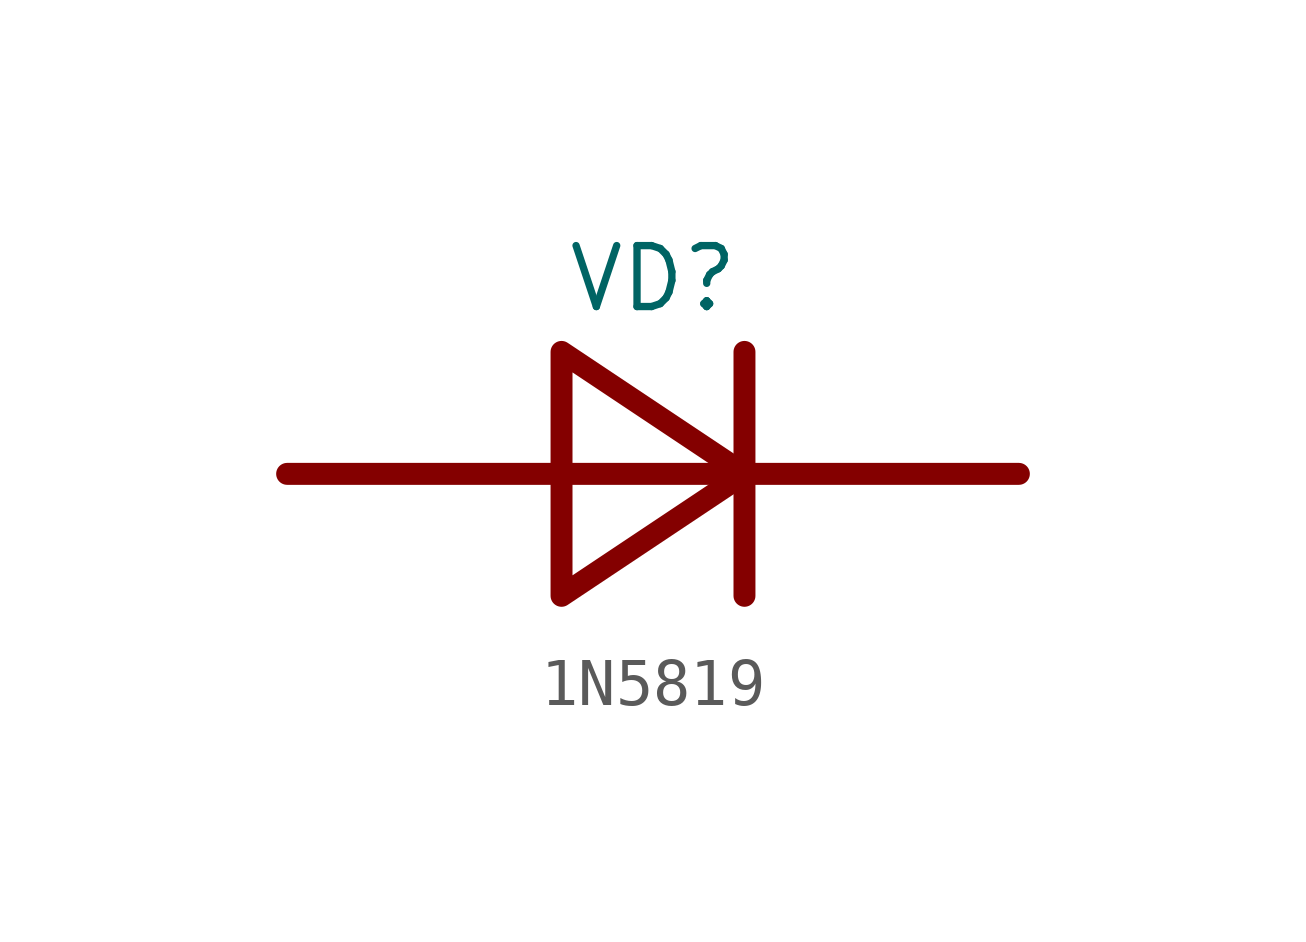
<source format=kicad_sym>
(kicad_symbol_lib
  (version 20241209)
  (generator "kicad_symbol_editor")
  (generator_version "9.0")
  (symbol "1N5819"
    (property "Reference" "VD"
      (at 0 4.064 0)
      (effects (font (size 1.27 1.27))))
    (property "Value" ""
      (at 0 0 0)
      (effects (font (size 1.27 1.27))))
    (symbol "1N5819_0_1"
      (polyline (pts (xy -7.62 0) (xy 7.62 0)) (stroke (width 0.457) (type solid)) (fill (type none)))
      (polyline (pts (xy -1.905 2.54) (xy -1.905 -2.54) (xy 1.905 0) (xy -1.905 2.54)) (stroke (width 0.457) (type solid)) (fill (type none)))
      (polyline (pts (xy 1.905 2.54) (xy 1.905 -2.54)) (stroke (width 0.457) (type solid)) (fill (type none))))
    (symbol "1N5819_1_1"
      (pin passive line (at -7.62 0 0) (length 0) (hide yes) (name "" (effects (font (size 1.27 1.27)))) (number "1" (effects (font (size 1.27 1.27)))))
      (pin passive line (at 7.62 0 180) (length 0) (hide yes) (name "" (effects (font (size 1.27 1.27)))) (number "2" (effects (font (size 1.27 1.27))))))))
</source>
